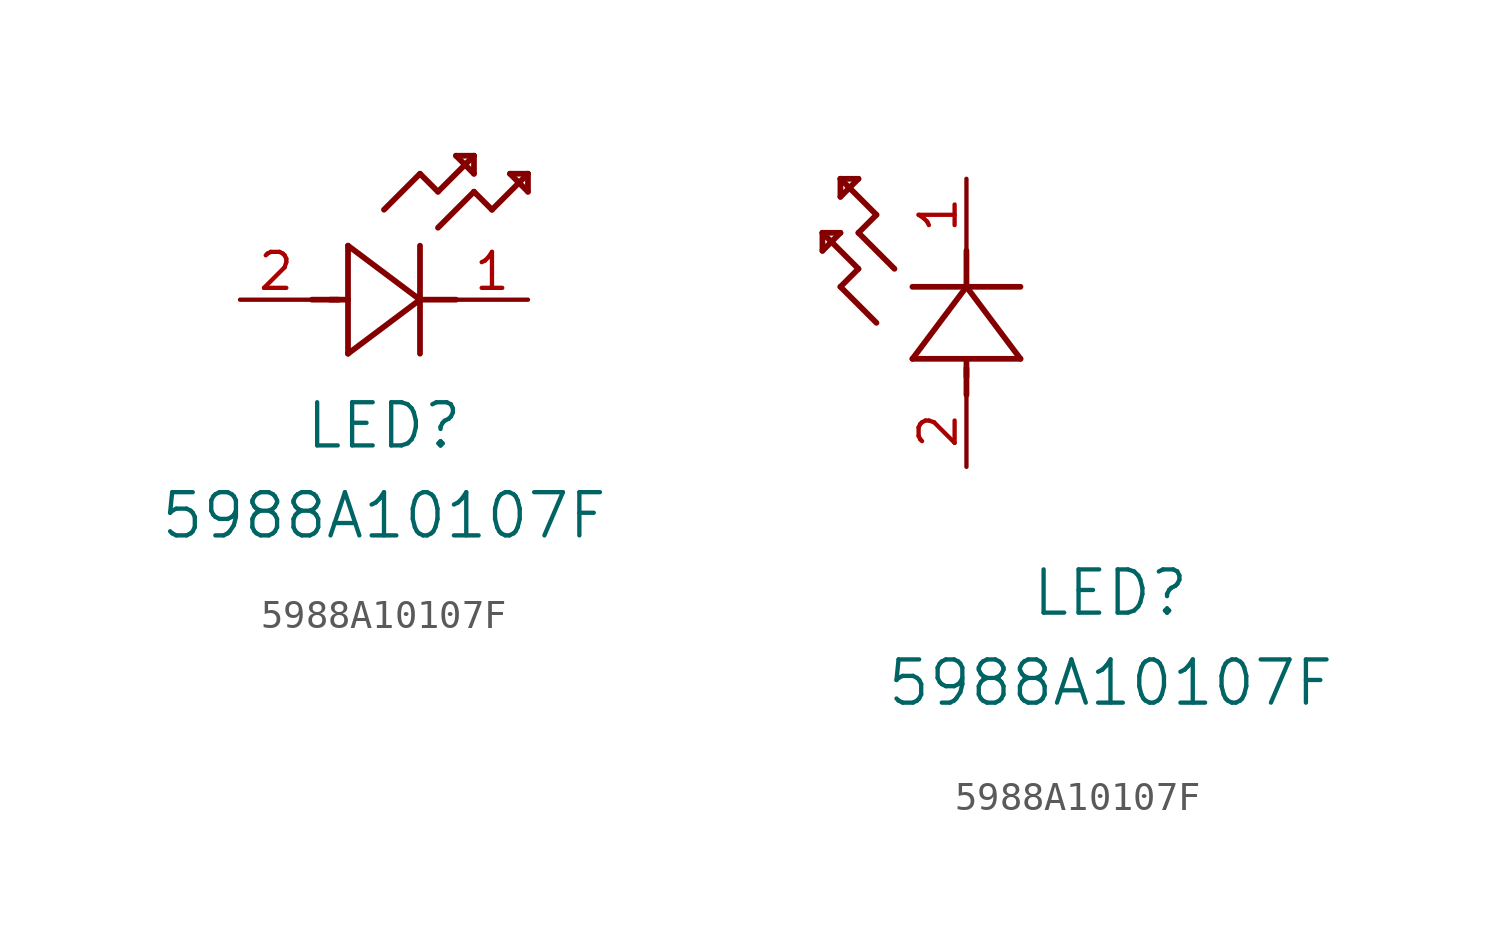
<source format=kicad_sym>
(kicad_symbol_lib
  (version 20220914)
  (generator kicad_symbol_editor)
  (symbol "5988A10107F"
    (pin_names
      (offset 0.254))
    (property "Reference" "LED"
      (at 5.08 -4.445 0)
      (effects (font (size 1.524 1.524))))
    (property "Value" "5988A10107F"
      (at 5.08 -7.62 0)
      (effects (font (size 1.524 1.524))))
    (property "ki_locked" ""
      (at 0 0 0)
      (effects (font (size 1.27 1.27))))
    (symbol "5988A10107F_1_1"
      (polyline (pts (xy 2.54 0) (xy 3.48 0)) (stroke (width 0.203) (type default)) (fill (type none)))
      (polyline (pts (xy 3.175 0) (xy 3.81 0)) (stroke (width 0.203) (type default)) (fill (type none)))
      (polyline (pts (xy 3.81 -1.905) (xy 6.35 0)) (stroke (width 0.203) (type default)) (fill (type none)))
      (polyline (pts (xy 3.81 1.905) (xy 3.81 -1.905)) (stroke (width 0.203) (type default)) (fill (type none)))
      (polyline (pts (xy 5.08 3.175) (xy 6.35 4.445)) (stroke (width 0.203) (type default)) (fill (type none)))
      (polyline (pts (xy 6.35 -1.905) (xy 6.35 1.905)) (stroke (width 0.203) (type default)) (fill (type none)))
      (polyline (pts (xy 6.35 0) (xy 3.81 1.905)) (stroke (width 0.203) (type default)) (fill (type none)))
      (polyline (pts (xy 6.35 0) (xy 7.62 0)) (stroke (width 0.203) (type default)) (fill (type none)))
      (polyline (pts (xy 6.35 4.445) (xy 6.985 3.81)) (stroke (width 0.203) (type default)) (fill (type none)))
      (polyline (pts (xy 6.985 2.54) (xy 8.255 3.81)) (stroke (width 0.203) (type default)) (fill (type none)))
      (polyline (pts (xy 6.985 3.81) (xy 8.255 5.08)) (stroke (width 0.203) (type default)) (fill (type none)))
      (polyline (pts (xy 7.62 5.08) (xy 8.255 4.445)) (stroke (width 0.203) (type default)) (fill (type none)))
      (polyline (pts (xy 8.255 3.81) (xy 8.89 3.175)) (stroke (width 0.203) (type default)) (fill (type none)))
      (polyline (pts (xy 8.255 4.445) (xy 8.255 5.08)) (stroke (width 0.203) (type default)) (fill (type none)))
      (polyline (pts (xy 8.255 5.08) (xy 7.62 5.08)) (stroke (width 0.203) (type default)) (fill (type none)))
      (polyline (pts (xy 8.89 3.175) (xy 10.16 4.445)) (stroke (width 0.203) (type default)) (fill (type none)))
      (polyline (pts (xy 9.525 4.445) (xy 10.16 3.81)) (stroke (width 0.203) (type default)) (fill (type none)))
      (polyline (pts (xy 10.16 3.81) (xy 10.16 4.445)) (stroke (width 0.203) (type default)) (fill (type none)))
      (polyline (pts (xy 10.16 4.445) (xy 9.525 4.445)) (stroke (width 0.203) (type default)) (fill (type none)))
      (pin unspecified line (at 10.16 0 180) (length 2.54) (name "" (effects (font (size 1.27 1.27)))) (number "1" (effects (font (size 1.27 1.27)))))
      (pin unspecified line (at 0 0 0) (length 2.54) (name "" (effects (font (size 1.27 1.27)))) (number "2" (effects (font (size 1.27 1.27))))))
    (symbol "5988A10107F_1_2"
      (polyline (pts (xy -5.08 7.62) (xy -4.445 8.255)) (stroke (width 0.203) (type default)) (fill (type none)))
      (polyline (pts (xy -5.08 8.255) (xy -5.08 7.62)) (stroke (width 0.203) (type default)) (fill (type none)))
      (polyline (pts (xy -4.445 6.35) (xy -3.81 6.985)) (stroke (width 0.203) (type default)) (fill (type none)))
      (polyline (pts (xy -4.445 8.255) (xy -5.08 8.255)) (stroke (width 0.203) (type default)) (fill (type none)))
      (polyline (pts (xy -4.445 9.525) (xy -3.81 10.16)) (stroke (width 0.203) (type default)) (fill (type none)))
      (polyline (pts (xy -4.445 10.16) (xy -4.445 9.525)) (stroke (width 0.203) (type default)) (fill (type none)))
      (polyline (pts (xy -3.81 6.985) (xy -5.08 8.255)) (stroke (width 0.203) (type default)) (fill (type none)))
      (polyline (pts (xy -3.81 8.255) (xy -3.175 8.89)) (stroke (width 0.203) (type default)) (fill (type none)))
      (polyline (pts (xy -3.81 10.16) (xy -4.445 10.16)) (stroke (width 0.203) (type default)) (fill (type none)))
      (polyline (pts (xy -3.175 5.08) (xy -4.445 6.35)) (stroke (width 0.203) (type default)) (fill (type none)))
      (polyline (pts (xy -3.175 8.89) (xy -4.445 10.16)) (stroke (width 0.203) (type default)) (fill (type none)))
      (polyline (pts (xy -2.54 6.985) (xy -3.81 8.255)) (stroke (width 0.203) (type default)) (fill (type none)))
      (polyline (pts (xy -1.905 3.81) (xy 1.905 3.81)) (stroke (width 0.203) (type default)) (fill (type none)))
      (polyline (pts (xy 0 2.54) (xy 0 3.48)) (stroke (width 0.203) (type default)) (fill (type none)))
      (polyline (pts (xy 0 3.175) (xy 0 3.81)) (stroke (width 0.203) (type default)) (fill (type none)))
      (polyline (pts (xy 0 6.35) (xy -1.905 3.81)) (stroke (width 0.203) (type default)) (fill (type none)))
      (polyline (pts (xy 0 6.35) (xy 0 7.62)) (stroke (width 0.203) (type default)) (fill (type none)))
      (polyline (pts (xy 1.905 3.81) (xy 0 6.35)) (stroke (width 0.203) (type default)) (fill (type none)))
      (polyline (pts (xy 1.905 6.35) (xy -1.905 6.35)) (stroke (width 0.203) (type default)) (fill (type none)))
      (pin unspecified line (at 0 10.16 270) (length 2.54) (name "" (effects (font (size 1.27 1.27)))) (number "1" (effects (font (size 1.27 1.27)))))
      (pin unspecified line (at 0 0 90) (length 2.54) (name "" (effects (font (size 1.27 1.27)))) (number "2" (effects (font (size 1.27 1.27))))))))
</source>
